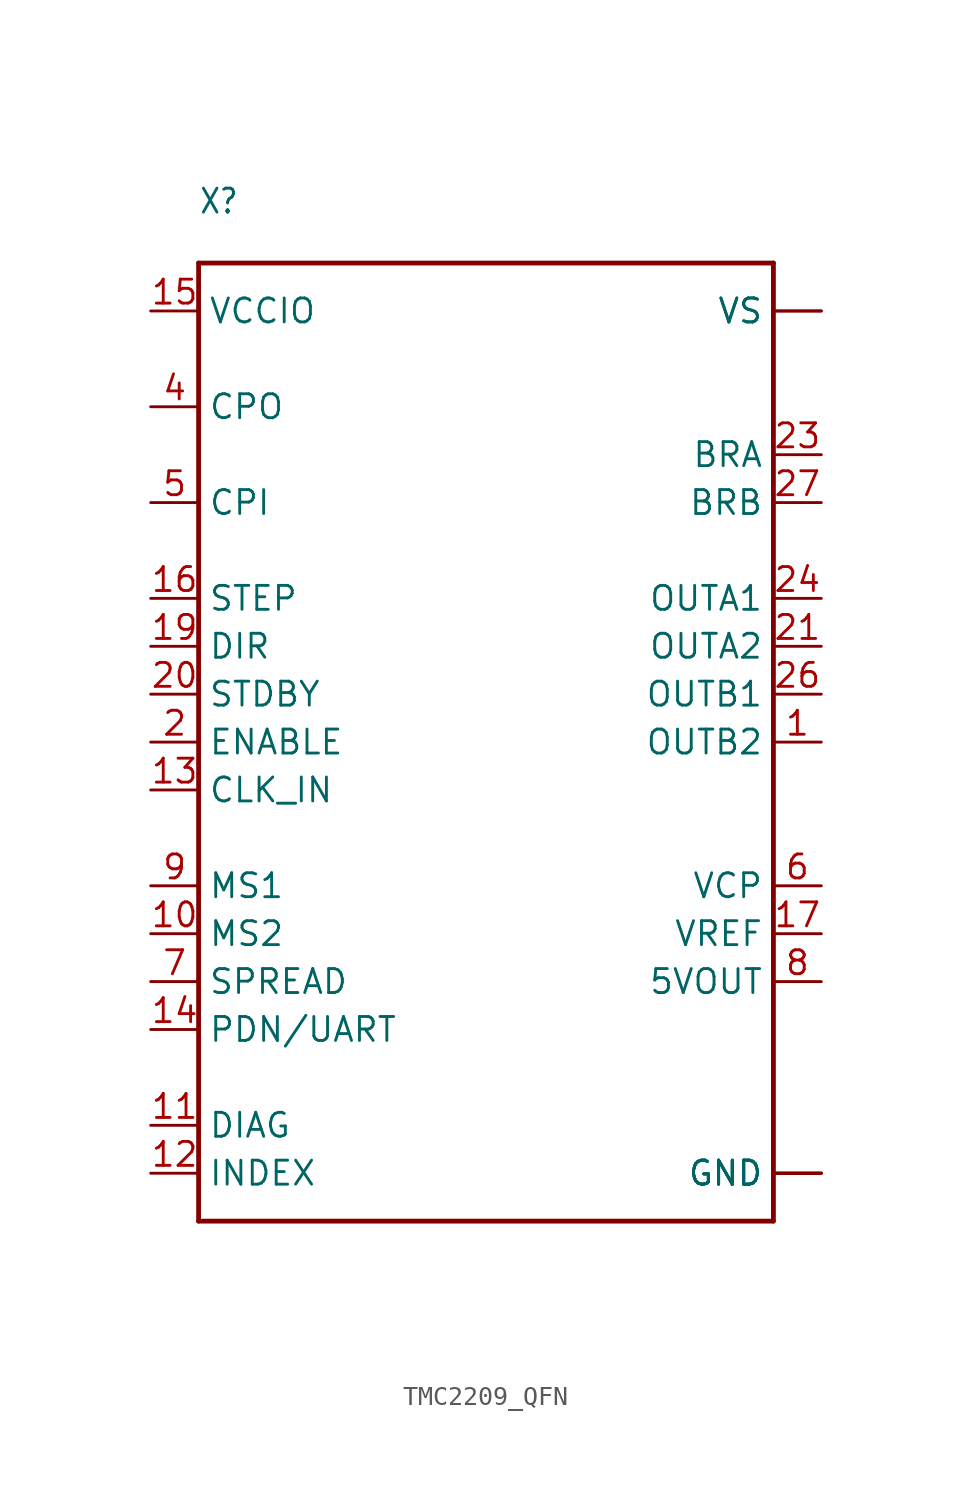
<source format=kicad_sym>
(kicad_symbol_lib
  (version 20231120)
  (generator "kicad_symbol_editor")
  (generator_version "8.0")
  (symbol "TMC2209_QFN"
    (property "Reference" "X"
      (at -15.24 27.94 0)
      (effects (font (size 1.27 1.079)) (justify left bottom)))
    (property "Value" ""
      (at -15.24 -27.94 0)
      (effects (font (size 1.27 1.079)) (justify left bottom)))
    (property "ki_locked" ""
      (at 0 0 0)
      (effects (font (size 1.27 1.27))))
    (symbol "TMC2209_QFN_1_0"
      (polyline (pts (xy -15.24 -25.4) (xy -15.24 25.4)) (stroke (width 0.254) (type solid)) (fill (type none)))
      (polyline (pts (xy -15.24 25.4) (xy 15.24 25.4)) (stroke (width 0.254) (type solid)) (fill (type none)))
      (polyline (pts (xy 15.24 -25.4) (xy -15.24 -25.4)) (stroke (width 0.254) (type solid)) (fill (type none)))
      (polyline (pts (xy 15.24 25.4) (xy 15.24 -25.4)) (stroke (width 0.254) (type solid)) (fill (type none)))
      (pin bidirectional line (at 17.78 0 180) (length 2.54) (name "OUTB2" (effects (font (size 1.27 1.27)))) (number "1" (effects (font (size 1.27 1.27)))))
      (pin input line (at -17.78 -10.16 0) (length 2.54) (name "MS2" (effects (font (size 1.27 1.27)))) (number "10" (effects (font (size 1.27 1.27)))))
      (pin output line (at -17.78 -20.32 0) (length 2.54) (name "DIAG" (effects (font (size 1.27 1.27)))) (number "11" (effects (font (size 1.27 1.27)))))
      (pin output line (at -17.78 -22.86 0) (length 2.54) (name "INDEX" (effects (font (size 1.27 1.27)))) (number "12" (effects (font (size 1.27 1.27)))))
      (pin input line (at -17.78 -2.54 0) (length 2.54) (name "CLK_IN" (effects (font (size 1.27 1.27)))) (number "13" (effects (font (size 1.27 1.27)))))
      (pin bidirectional line (at -17.78 -15.24 0) (length 2.54) (name "PDN/UART" (effects (font (size 1.27 1.27)))) (number "14" (effects (font (size 1.27 1.27)))))
      (pin bidirectional line (at -17.78 22.86 0) (length 2.54) (name "VCCIO" (effects (font (size 1.27 1.27)))) (number "15" (effects (font (size 1.27 1.27)))))
      (pin input line (at -17.78 7.62 0) (length 2.54) (name "STEP" (effects (font (size 1.27 1.27)))) (number "16" (effects (font (size 1.27 1.27)))))
      (pin bidirectional line (at 17.78 -10.16 180) (length 2.54) (name "VREF" (effects (font (size 1.27 1.27)))) (number "17" (effects (font (size 1.27 1.27)))))
      (pin power_in line (at 17.78 -22.86 180) (length 2.54) (name "GND" (effects (font (size 1.27 1.27)))) (number "18" (effects (font (size 0 0)))))
      (pin input line (at -17.78 5.08 0) (length 2.54) (name "DIR" (effects (font (size 1.27 1.27)))) (number "19" (effects (font (size 1.27 1.27)))))
      (pin input line (at -17.78 0 0) (length 2.54) (name "ENABLE" (effects (font (size 1.27 1.27)))) (number "2" (effects (font (size 1.27 1.27)))))
      (pin bidirectional line (at -17.78 2.54 0) (length 2.54) (name "STDBY" (effects (font (size 1.27 1.27)))) (number "20" (effects (font (size 1.27 1.27)))))
      (pin bidirectional line (at 17.78 5.08 180) (length 2.54) (name "OUTA2" (effects (font (size 1.27 1.27)))) (number "21" (effects (font (size 1.27 1.27)))))
      (pin bidirectional line (at 17.78 22.86 180) (length 2.54) (name "VS" (effects (font (size 1.27 1.27)))) (number "22" (effects (font (size 0 0)))))
      (pin bidirectional line (at 17.78 15.24 180) (length 2.54) (name "BRA" (effects (font (size 1.27 1.27)))) (number "23" (effects (font (size 1.27 1.27)))))
      (pin bidirectional line (at 17.78 7.62 180) (length 2.54) (name "OUTA1" (effects (font (size 1.27 1.27)))) (number "24" (effects (font (size 1.27 1.27)))))
      (pin power_in line (at 17.78 -22.86 180) (length 2.54) (name "GND" (effects (font (size 1.27 1.27)))) (number "25" (effects (font (size 0 0)))))
      (pin bidirectional line (at 17.78 2.54 180) (length 2.54) (name "OUTB1" (effects (font (size 1.27 1.27)))) (number "26" (effects (font (size 1.27 1.27)))))
      (pin bidirectional line (at 17.78 12.7 180) (length 2.54) (name "BRB" (effects (font (size 1.27 1.27)))) (number "27" (effects (font (size 1.27 1.27)))))
      (pin bidirectional line (at 17.78 22.86 180) (length 2.54) (name "VS" (effects (font (size 1.27 1.27)))) (number "28" (effects (font (size 0 0)))))
      (pin power_in line (at 17.78 -22.86 180) (length 2.54) (name "GND" (effects (font (size 1.27 1.27)))) (number "3" (effects (font (size 0 0)))))
      (pin bidirectional line (at -17.78 17.78 0) (length 2.54) (name "CPO" (effects (font (size 1.27 1.27)))) (number "4" (effects (font (size 1.27 1.27)))))
      (pin bidirectional line (at -17.78 12.7 0) (length 2.54) (name "CPI" (effects (font (size 1.27 1.27)))) (number "5" (effects (font (size 1.27 1.27)))))
      (pin bidirectional line (at 17.78 -7.62 180) (length 2.54) (name "VCP" (effects (font (size 1.27 1.27)))) (number "6" (effects (font (size 1.27 1.27)))))
      (pin input line (at -17.78 -12.7 0) (length 2.54) (name "SPREAD" (effects (font (size 1.27 1.27)))) (number "7" (effects (font (size 1.27 1.27)))))
      (pin bidirectional line (at 17.78 -12.7 180) (length 2.54) (name "5VOUT" (effects (font (size 1.27 1.27)))) (number "8" (effects (font (size 1.27 1.27)))))
      (pin input line (at -17.78 -7.62 0) (length 2.54) (name "MS1" (effects (font (size 1.27 1.27)))) (number "9" (effects (font (size 1.27 1.27)))))
      (pin power_in line (at 17.78 -22.86 180) (length 2.54) (name "GND" (effects (font (size 1.27 1.27)))) (number "THERMAL" (effects (font (size 0 0))))))))
</source>
